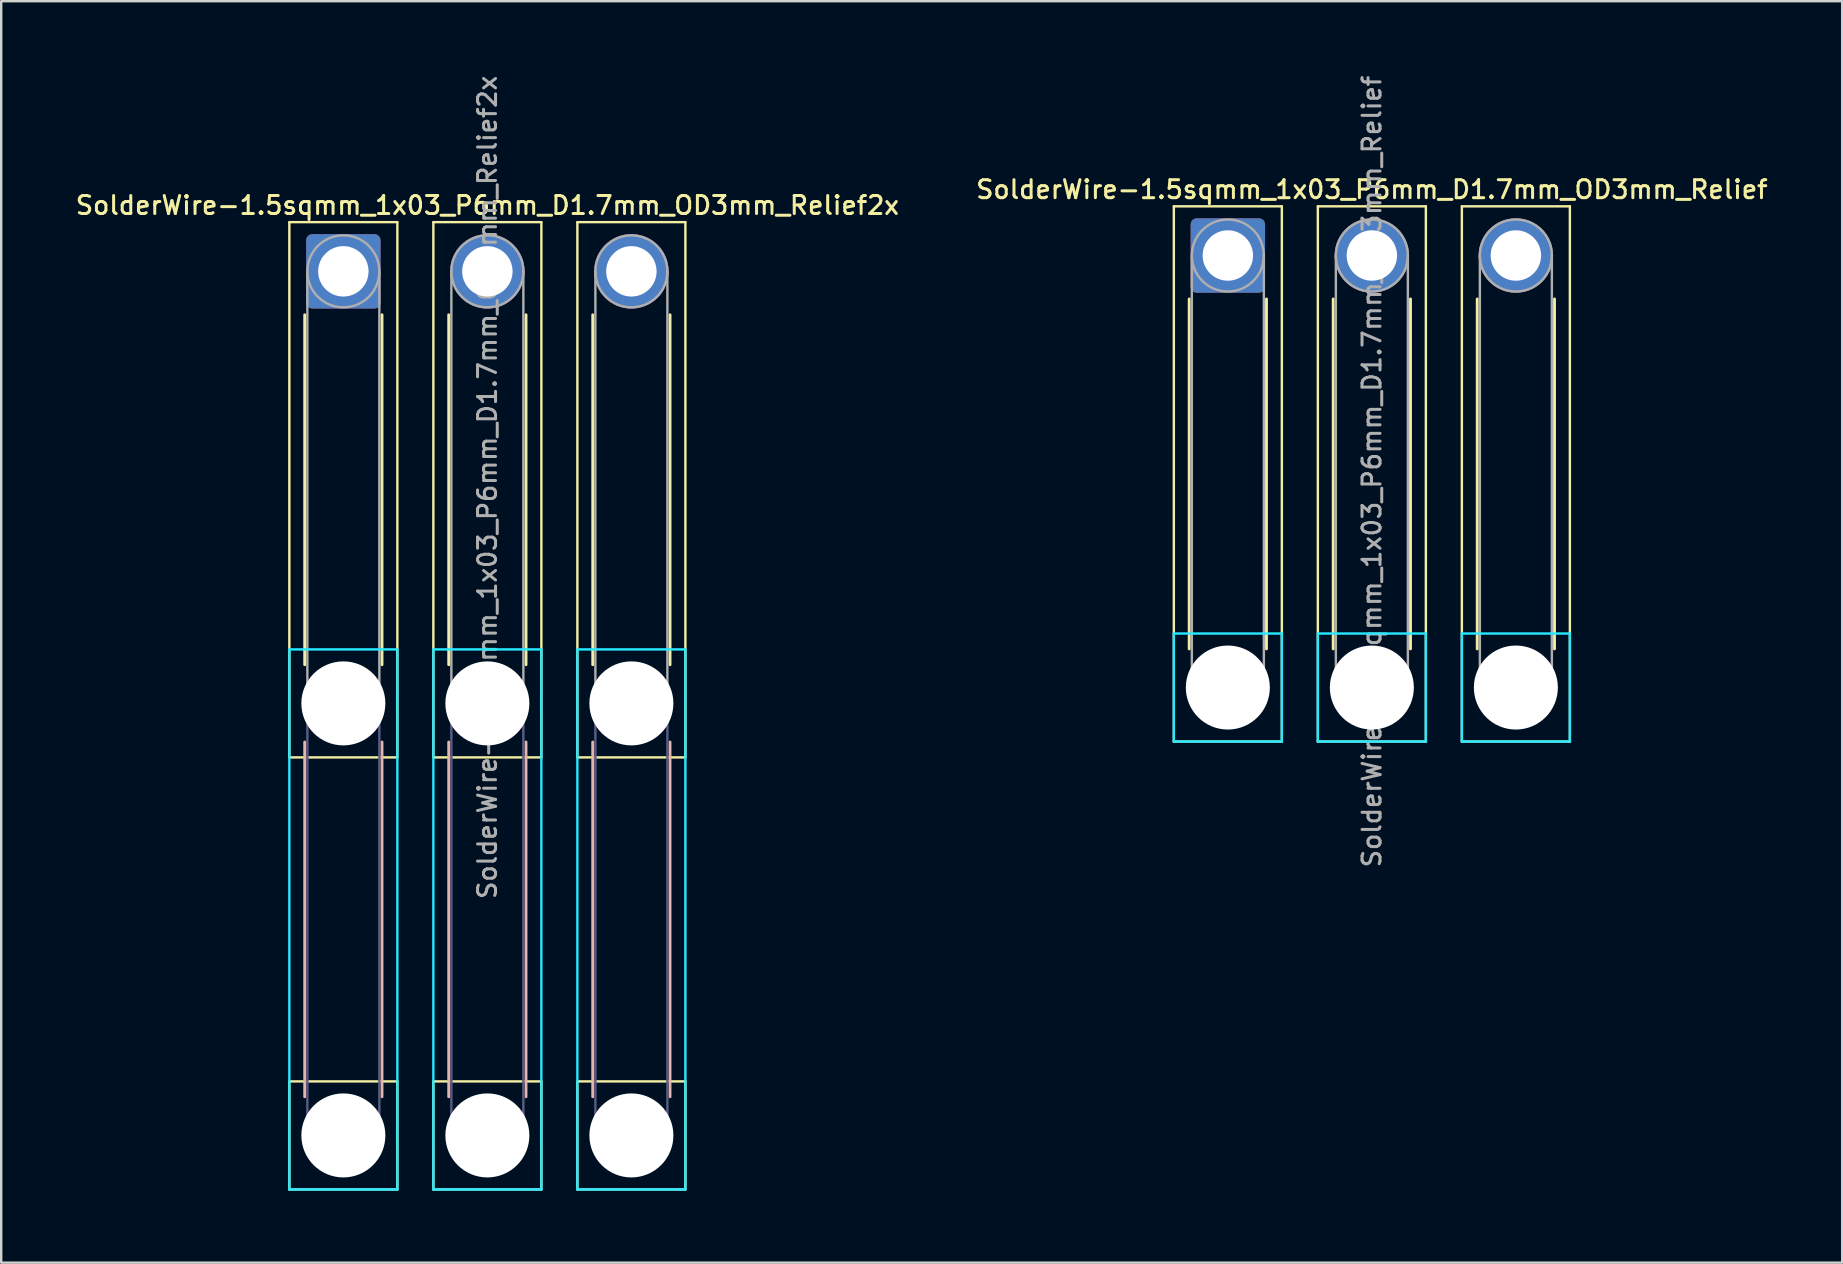
<source format=kicad_pcb>
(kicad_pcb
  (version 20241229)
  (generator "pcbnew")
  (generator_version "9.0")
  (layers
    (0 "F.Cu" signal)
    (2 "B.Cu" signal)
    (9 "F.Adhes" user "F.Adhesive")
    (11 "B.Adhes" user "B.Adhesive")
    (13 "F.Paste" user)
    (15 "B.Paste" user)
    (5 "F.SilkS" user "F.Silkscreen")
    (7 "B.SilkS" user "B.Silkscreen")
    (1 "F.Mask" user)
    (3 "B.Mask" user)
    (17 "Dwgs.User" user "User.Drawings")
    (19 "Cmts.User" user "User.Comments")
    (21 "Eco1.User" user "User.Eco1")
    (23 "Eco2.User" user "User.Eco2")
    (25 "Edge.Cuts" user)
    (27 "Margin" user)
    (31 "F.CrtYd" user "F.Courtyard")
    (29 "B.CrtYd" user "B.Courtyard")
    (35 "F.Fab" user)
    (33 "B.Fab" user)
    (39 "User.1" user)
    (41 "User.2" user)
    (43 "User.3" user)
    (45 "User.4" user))
  (footprint "SolderWire-1.5sqmm_1x03_P6mm_D1.7mm_OD3mm_Relief"
    (layer "F.Cu")
    (at 48.105 7.595)
    (property "Reference" "SolderWire-1.5sqmm_1x03_P6mm_D1.7mm_OD3mm_Relief" (at 6 -2.75 0) (layer "F.SilkS") (effects (font (size 0.75 0.75) (thickness 0.125))))
    (attr exclude_from_pos_files exclude_from_bom)
    (fp_line (start -2.25 -2.05) (end -2.25 20.25) (stroke (width 0.1) (type solid)) (layer "F.SilkS"))
    (fp_line (start -2.25 20.25) (end 2.25 20.25) (stroke (width 0.1) (type solid)) (layer "F.SilkS"))
    (fp_line (start -1.61 1.81) (end -1.61 16.39) (stroke (width 0.12) (type solid)) (layer "F.SilkS"))
    (fp_line (start 1.61 1.81) (end 1.61 16.39) (stroke (width 0.12) (type solid)) (layer "F.SilkS"))
    (fp_line (start 2.25 -2.05) (end -2.25 -2.05) (stroke (width 0.1) (type solid)) (layer "F.SilkS"))
    (fp_line (start 2.25 20.25) (end 2.25 -2.05) (stroke (width 0.1) (type solid)) (layer "F.SilkS"))
    (fp_line (start 3.75 -2.05) (end 3.75 20.25) (stroke (width 0.1) (type solid)) (layer "F.SilkS"))
    (fp_line (start 3.75 20.25) (end 8.25 20.25) (stroke (width 0.1) (type solid)) (layer "F.SilkS"))
    (fp_line (start 4.39 1.81) (end 4.39 16.39) (stroke (width 0.12) (type solid)) (layer "F.SilkS"))
    (fp_line (start 7.61 1.81) (end 7.61 16.39) (stroke (width 0.12) (type solid)) (layer "F.SilkS"))
    (fp_line (start 8.25 -2.05) (end 3.75 -2.05) (stroke (width 0.1) (type solid)) (layer "F.SilkS"))
    (fp_line (start 8.25 20.25) (end 8.25 -2.05) (stroke (width 0.1) (type solid)) (layer "F.SilkS"))
    (fp_line (start 9.75 -2.05) (end 9.75 20.25) (stroke (width 0.1) (type solid)) (layer "F.SilkS"))
    (fp_line (start 9.75 20.25) (end 14.25 20.25) (stroke (width 0.1) (type solid)) (layer "F.SilkS"))
    (fp_line (start 10.39 1.81) (end 10.39 16.39) (stroke (width 0.12) (type solid)) (layer "F.SilkS"))
    (fp_line (start 13.61 1.81) (end 13.61 16.39) (stroke (width 0.12) (type solid)) (layer "F.SilkS"))
    (fp_line (start 14.25 -2.05) (end 9.75 -2.05) (stroke (width 0.1) (type solid)) (layer "F.SilkS"))
    (fp_line (start 14.25 20.25) (end 14.25 -2.05) (stroke (width 0.1) (type solid)) (layer "F.SilkS"))
    (fp_line (start -2.25 15.75) (end -2.25 20.25) (stroke (width 0.1) (type solid)) (layer "B.CrtYd"))
    (fp_line (start -2.25 20.25) (end 2.25 20.25) (stroke (width 0.1) (type solid)) (layer "B.CrtYd"))
    (fp_line (start 2.25 15.75) (end -2.25 15.75) (stroke (width 0.1) (type solid)) (layer "B.CrtYd"))
    (fp_line (start 2.25 20.25) (end 2.25 15.75) (stroke (width 0.1) (type solid)) (layer "B.CrtYd"))
    (fp_line (start 3.75 15.75) (end 3.75 20.25) (stroke (width 0.1) (type solid)) (layer "B.CrtYd"))
    (fp_line (start 3.75 20.25) (end 8.25 20.25) (stroke (width 0.1) (type solid)) (layer "B.CrtYd"))
    (fp_line (start 8.25 15.75) (end 3.75 15.75) (stroke (width 0.1) (type solid)) (layer "B.CrtYd"))
    (fp_line (start 8.25 20.25) (end 8.25 15.75) (stroke (width 0.1) (type solid)) (layer "B.CrtYd"))
    (fp_line (start 9.75 15.75) (end 9.75 20.25) (stroke (width 0.1) (type solid)) (layer "B.CrtYd"))
    (fp_line (start 9.75 20.25) (end 14.25 20.25) (stroke (width 0.1) (type solid)) (layer "B.CrtYd"))
    (fp_line (start 14.25 15.75) (end 9.75 15.75) (stroke (width 0.1) (type solid)) (layer "B.CrtYd"))
    (fp_line (start 14.25 20.25) (end 14.25 15.75) (stroke (width 0.1) (type solid)) (layer "B.CrtYd"))
    (fp_line (start -1.5 0) (end -1.5 18) (stroke (width 0.1) (type solid)) (layer "F.Fab"))
    (fp_line (start 1.5 0) (end 1.5 18) (stroke (width 0.1) (type solid)) (layer "F.Fab"))
    (fp_line (start 4.5 0) (end 4.5 18) (stroke (width 0.1) (type solid)) (layer "F.Fab"))
    (fp_line (start 7.5 0) (end 7.5 18) (stroke (width 0.1) (type solid)) (layer "F.Fab"))
    (fp_line (start 10.5 0) (end 10.5 18) (stroke (width 0.1) (type solid)) (layer "F.Fab"))
    (fp_line (start 13.5 0) (end 13.5 18) (stroke (width 0.1) (type solid)) (layer "F.Fab"))
    (fp_circle (center 0 0) (end 1.5 0) (stroke (width 0.1) (type solid)) (fill no) (layer "F.Fab"))
    (fp_circle (center 0 18) (end 1.5 18) (stroke (width 0.1) (type solid)) (fill no) (layer "F.Fab"))
    (fp_circle (center 6 0) (end 7.5 0) (stroke (width 0.1) (type solid)) (fill no) (layer "F.Fab"))
    (fp_circle (center 6 18) (end 7.5 18) (stroke (width 0.1) (type solid)) (fill no) (layer "F.Fab"))
    (fp_circle (center 12 0) (end 13.5 0) (stroke (width 0.1) (type solid)) (fill no) (layer "F.Fab"))
    (fp_circle (center 12 18) (end 13.5 18) (stroke (width 0.1) (type solid)) (fill no) (layer "F.Fab"))
    (fp_text user "${REFERENCE}" (at 6 9 90) (layer "F.Fab") (effects (font (size 0.75 0.75) (thickness 0.125))))
    (pad "" np_thru_hole circle (at 0 18) (size 3.5 3.5) (drill 3.5) (layers "*.Cu" "*.Mask"))
    (pad "" np_thru_hole circle (at 6 18) (size 3.5 3.5) (drill 3.5) (layers "*.Cu" "*.Mask"))
    (pad "" np_thru_hole circle (at 12 18) (size 3.5 3.5) (drill 3.5) (layers "*.Cu" "*.Mask"))
    (pad "1" thru_hole roundrect (at 0 0) (size 3.1 3.1) (drill 2.1) (layers "*.Cu" "*.Mask") (roundrect_rratio 0.081))
    (pad "2" thru_hole circle (at 6 0) (size 3.1 3.1) (drill 2.1) (layers "*.Cu" "*.Mask"))
    (pad "3" thru_hole circle (at 12 0) (size 3.1 3.1) (drill 2.1) (layers "*.Cu" "*.Mask")))
  (footprint "SolderWire-1.5sqmm_1x03_P6mm_D1.7mm_OD3mm_Relief2x"
    (layer "F.Cu")
    (at 11.255 8.255)
    (property "Reference" "SolderWire-1.5sqmm_1x03_P6mm_D1.7mm_OD3mm_Relief2x" (at 6 -2.75 0) (layer "F.SilkS") (effects (font (size 0.75 0.75) (thickness 0.125))))
    (attr exclude_from_pos_files exclude_from_bom)
    (fp_line (start -2.25 -2.05) (end -2.25 20.25) (stroke (width 0.1) (type solid)) (layer "F.SilkS"))
    (fp_line (start -2.25 20.25) (end 2.25 20.25) (stroke (width 0.1) (type solid)) (layer "F.SilkS"))
    (fp_line (start -2.25 33.75) (end -2.25 38.25) (stroke (width 0.1) (type solid)) (layer "F.SilkS"))
    (fp_line (start -2.25 38.25) (end 2.25 38.25) (stroke (width 0.1) (type solid)) (layer "F.SilkS"))
    (fp_line (start -1.61 1.81) (end -1.61 16.39) (stroke (width 0.12) (type solid)) (layer "F.SilkS"))
    (fp_line (start 1.61 1.81) (end 1.61 16.39) (stroke (width 0.12) (type solid)) (layer "F.SilkS"))
    (fp_line (start 2.25 -2.05) (end -2.25 -2.05) (stroke (width 0.1) (type solid)) (layer "F.SilkS"))
    (fp_line (start 2.25 20.25) (end 2.25 -2.05) (stroke (width 0.1) (type solid)) (layer "F.SilkS"))
    (fp_line (start 2.25 33.75) (end -2.25 33.75) (stroke (width 0.1) (type solid)) (layer "F.SilkS"))
    (fp_line (start 2.25 38.25) (end 2.25 33.75) (stroke (width 0.1) (type solid)) (layer "F.SilkS"))
    (fp_line (start 3.75 -2.05) (end 3.75 20.25) (stroke (width 0.1) (type solid)) (layer "F.SilkS"))
    (fp_line (start 3.75 20.25) (end 8.25 20.25) (stroke (width 0.1) (type solid)) (layer "F.SilkS"))
    (fp_line (start 3.75 33.75) (end 3.75 38.25) (stroke (width 0.1) (type solid)) (layer "F.SilkS"))
    (fp_line (start 3.75 38.25) (end 8.25 38.25) (stroke (width 0.1) (type solid)) (layer "F.SilkS"))
    (fp_line (start 4.39 1.81) (end 4.39 16.39) (stroke (width 0.12) (type solid)) (layer "F.SilkS"))
    (fp_line (start 7.61 1.81) (end 7.61 16.39) (stroke (width 0.12) (type solid)) (layer "F.SilkS"))
    (fp_line (start 8.25 -2.05) (end 3.75 -2.05) (stroke (width 0.1) (type solid)) (layer "F.SilkS"))
    (fp_line (start 8.25 20.25) (end 8.25 -2.05) (stroke (width 0.1) (type solid)) (layer "F.SilkS"))
    (fp_line (start 8.25 33.75) (end 3.75 33.75) (stroke (width 0.1) (type solid)) (layer "F.SilkS"))
    (fp_line (start 8.25 38.25) (end 8.25 33.75) (stroke (width 0.1) (type solid)) (layer "F.SilkS"))
    (fp_line (start 9.75 -2.05) (end 9.75 20.25) (stroke (width 0.1) (type solid)) (layer "F.SilkS"))
    (fp_line (start 9.75 20.25) (end 14.25 20.25) (stroke (width 0.1) (type solid)) (layer "F.SilkS"))
    (fp_line (start 9.75 33.75) (end 9.75 38.25) (stroke (width 0.1) (type solid)) (layer "F.SilkS"))
    (fp_line (start 9.75 38.25) (end 14.25 38.25) (stroke (width 0.1) (type solid)) (layer "F.SilkS"))
    (fp_line (start 10.39 1.81) (end 10.39 16.39) (stroke (width 0.12) (type solid)) (layer "F.SilkS"))
    (fp_line (start 13.61 1.81) (end 13.61 16.39) (stroke (width 0.12) (type solid)) (layer "F.SilkS"))
    (fp_line (start 14.25 -2.05) (end 9.75 -2.05) (stroke (width 0.1) (type solid)) (layer "F.SilkS"))
    (fp_line (start 14.25 20.25) (end 14.25 -2.05) (stroke (width 0.1) (type solid)) (layer "F.SilkS"))
    (fp_line (start 14.25 33.75) (end 9.75 33.75) (stroke (width 0.1) (type solid)) (layer "F.SilkS"))
    (fp_line (start 14.25 38.25) (end 14.25 33.75) (stroke (width 0.1) (type solid)) (layer "F.SilkS"))
    (fp_line (start -1.61 19.61) (end -1.61 34.39) (stroke (width 0.12) (type solid)) (layer "B.SilkS"))
    (fp_line (start 1.61 19.61) (end 1.61 34.39) (stroke (width 0.12) (type solid)) (layer "B.SilkS"))
    (fp_line (start 4.39 19.61) (end 4.39 34.39) (stroke (width 0.12) (type solid)) (layer "B.SilkS"))
    (fp_line (start 7.61 19.61) (end 7.61 34.39) (stroke (width 0.12) (type solid)) (layer "B.SilkS"))
    (fp_line (start 10.39 19.61) (end 10.39 34.39) (stroke (width 0.12) (type solid)) (layer "B.SilkS"))
    (fp_line (start 13.61 19.61) (end 13.61 34.39) (stroke (width 0.12) (type solid)) (layer "B.SilkS"))
    (fp_line (start -2.25 15.75) (end -2.25 38.25) (stroke (width 0.1) (type solid)) (layer "B.CrtYd"))
    (fp_line (start -2.25 38.25) (end 2.25 38.25) (stroke (width 0.1) (type solid)) (layer "B.CrtYd"))
    (fp_line (start 2.25 15.75) (end -2.25 15.75) (stroke (width 0.1) (type solid)) (layer "B.CrtYd"))
    (fp_line (start 2.25 38.25) (end 2.25 15.75) (stroke (width 0.1) (type solid)) (layer "B.CrtYd"))
    (fp_line (start 3.75 15.75) (end 3.75 38.25) (stroke (width 0.1) (type solid)) (layer "B.CrtYd"))
    (fp_line (start 3.75 38.25) (end 8.25 38.25) (stroke (width 0.1) (type solid)) (layer "B.CrtYd"))
    (fp_line (start 8.25 15.75) (end 3.75 15.75) (stroke (width 0.1) (type solid)) (layer "B.CrtYd"))
    (fp_line (start 8.25 38.25) (end 8.25 15.75) (stroke (width 0.1) (type solid)) (layer "B.CrtYd"))
    (fp_line (start 9.75 15.75) (end 9.75 38.25) (stroke (width 0.1) (type solid)) (layer "B.CrtYd"))
    (fp_line (start 9.75 38.25) (end 14.25 38.25) (stroke (width 0.1) (type solid)) (layer "B.CrtYd"))
    (fp_line (start 14.25 15.75) (end 9.75 15.75) (stroke (width 0.1) (type solid)) (layer "B.CrtYd"))
    (fp_line (start 14.25 38.25) (end 14.25 15.75) (stroke (width 0.1) (type solid)) (layer "B.CrtYd"))
    (fp_line (start -1.5 18) (end -1.5 36) (stroke (width 0.1) (type solid)) (layer "B.Fab"))
    (fp_line (start 1.5 18) (end 1.5 36) (stroke (width 0.1) (type solid)) (layer "B.Fab"))
    (fp_line (start 4.5 18) (end 4.5 36) (stroke (width 0.1) (type solid)) (layer "B.Fab"))
    (fp_line (start 7.5 18) (end 7.5 36) (stroke (width 0.1) (type solid)) (layer "B.Fab"))
    (fp_line (start 10.5 18) (end 10.5 36) (stroke (width 0.1) (type solid)) (layer "B.Fab"))
    (fp_line (start 13.5 18) (end 13.5 36) (stroke (width 0.1) (type solid)) (layer "B.Fab"))
    (fp_circle (center 0 18) (end 1.5 18) (stroke (width 0.1) (type solid)) (fill no) (layer "B.Fab"))
    (fp_circle (center 0 36) (end 1.5 36) (stroke (width 0.1) (type solid)) (fill no) (layer "B.Fab"))
    (fp_circle (center 6 18) (end 7.5 18) (stroke (width 0.1) (type solid)) (fill no) (layer "B.Fab"))
    (fp_circle (center 6 36) (end 7.5 36) (stroke (width 0.1) (type solid)) (fill no) (layer "B.Fab"))
    (fp_circle (center 12 18) (end 13.5 18) (stroke (width 0.1) (type solid)) (fill no) (layer "B.Fab"))
    (fp_circle (center 12 36) (end 13.5 36) (stroke (width 0.1) (type solid)) (fill no) (layer "B.Fab"))
    (fp_line (start -1.5 0) (end -1.5 18) (stroke (width 0.1) (type solid)) (layer "F.Fab"))
    (fp_line (start 1.5 0) (end 1.5 18) (stroke (width 0.1) (type solid)) (layer "F.Fab"))
    (fp_line (start 4.5 0) (end 4.5 18) (stroke (width 0.1) (type solid)) (layer "F.Fab"))
    (fp_line (start 7.5 0) (end 7.5 18) (stroke (width 0.1) (type solid)) (layer "F.Fab"))
    (fp_line (start 10.5 0) (end 10.5 18) (stroke (width 0.1) (type solid)) (layer "F.Fab"))
    (fp_line (start 13.5 0) (end 13.5 18) (stroke (width 0.1) (type solid)) (layer "F.Fab"))
    (fp_circle (center 0 0) (end 1.5 0) (stroke (width 0.1) (type solid)) (fill no) (layer "F.Fab"))
    (fp_circle (center 0 18) (end 1.5 18) (stroke (width 0.1) (type solid)) (fill no) (layer "F.Fab"))
    (fp_circle (center 0 36) (end 1.5 36) (stroke (width 0.1) (type solid)) (fill no) (layer "F.Fab"))
    (fp_circle (center 6 0) (end 7.5 0) (stroke (width 0.1) (type solid)) (fill no) (layer "F.Fab"))
    (fp_circle (center 6 18) (end 7.5 18) (stroke (width 0.1) (type solid)) (fill no) (layer "F.Fab"))
    (fp_circle (center 6 36) (end 7.5 36) (stroke (width 0.1) (type solid)) (fill no) (layer "F.Fab"))
    (fp_circle (center 12 0) (end 13.5 0) (stroke (width 0.1) (type solid)) (fill no) (layer "F.Fab"))
    (fp_circle (center 12 18) (end 13.5 18) (stroke (width 0.1) (type solid)) (fill no) (layer "F.Fab"))
    (fp_circle (center 12 36) (end 13.5 36) (stroke (width 0.1) (type solid)) (fill no) (layer "F.Fab"))
    (fp_text user "${REFERENCE}" (at 6 9 90) (layer "F.Fab") (effects (font (size 0.75 0.75) (thickness 0.125))))
    (pad "" np_thru_hole circle (at 0 18) (size 3.5 3.5) (drill 3.5) (layers "*.Cu" "*.Mask"))
    (pad "" np_thru_hole circle (at 0 36) (size 3.5 3.5) (drill 3.5) (layers "*.Cu" "*.Mask"))
    (pad "" np_thru_hole circle (at 6 18) (size 3.5 3.5) (drill 3.5) (layers "*.Cu" "*.Mask"))
    (pad "" np_thru_hole circle (at 6 36) (size 3.5 3.5) (drill 3.5) (layers "*.Cu" "*.Mask"))
    (pad "" np_thru_hole circle (at 12 18) (size 3.5 3.5) (drill 3.5) (layers "*.Cu" "*.Mask"))
    (pad "" np_thru_hole circle (at 12 36) (size 3.5 3.5) (drill 3.5) (layers "*.Cu" "*.Mask"))
    (pad "1" thru_hole roundrect (at 0 0) (size 3.1 3.1) (drill 2.1) (layers "*.Cu" "*.Mask") (roundrect_rratio 0.081))
    (pad "2" thru_hole circle (at 6 0) (size 3.1 3.1) (drill 2.1) (layers "*.Cu" "*.Mask"))
    (pad "3" thru_hole circle (at 12 0) (size 3.1 3.1) (drill 2.1) (layers "*.Cu" "*.Mask")))
  (gr_rect
    (start -3 -3)
    (end 73.7 49.555)
    (stroke (width 0.1) (type default))
    (fill no)
    (layer "Edge.Cuts")))
</source>
